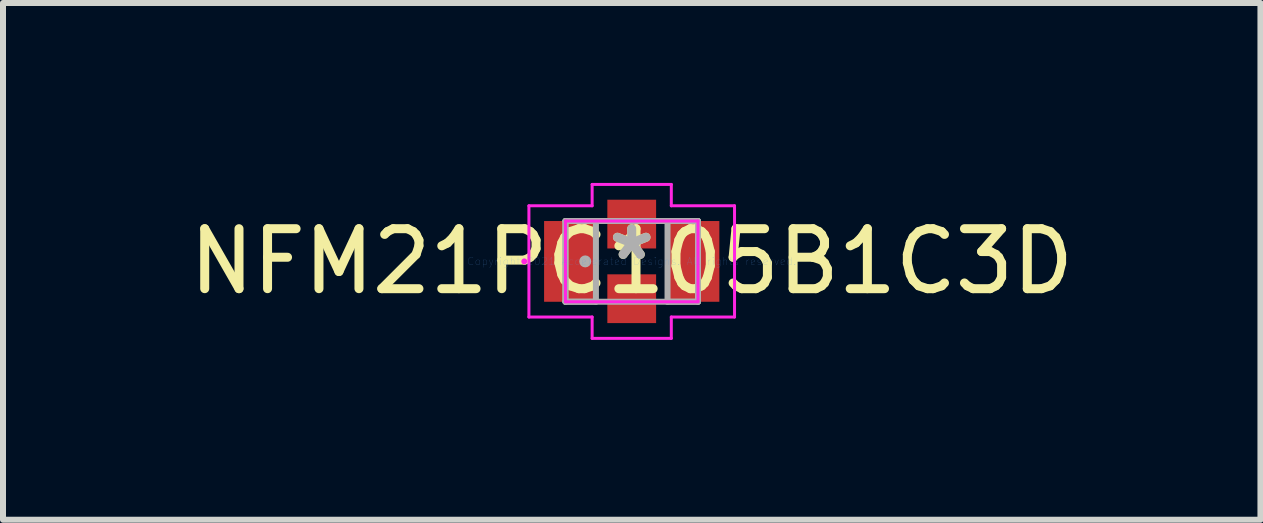
<source format=kicad_pcb>
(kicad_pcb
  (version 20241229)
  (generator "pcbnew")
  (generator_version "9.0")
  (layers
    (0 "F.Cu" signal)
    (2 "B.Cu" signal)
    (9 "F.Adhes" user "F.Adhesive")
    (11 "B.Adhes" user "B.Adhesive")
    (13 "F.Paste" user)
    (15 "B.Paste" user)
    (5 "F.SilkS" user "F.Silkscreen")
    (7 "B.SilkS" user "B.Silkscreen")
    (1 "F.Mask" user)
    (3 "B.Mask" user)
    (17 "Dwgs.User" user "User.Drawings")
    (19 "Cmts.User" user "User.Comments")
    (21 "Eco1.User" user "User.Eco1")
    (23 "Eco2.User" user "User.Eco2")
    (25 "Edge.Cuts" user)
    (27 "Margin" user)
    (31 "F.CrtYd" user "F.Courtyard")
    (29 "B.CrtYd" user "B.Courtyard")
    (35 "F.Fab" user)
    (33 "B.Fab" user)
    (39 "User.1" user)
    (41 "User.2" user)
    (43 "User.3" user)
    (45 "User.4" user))
  (footprint "NFM21PC105B1C3D"
    (layer "F.Cu")
    (at 7.482 1.308)
    (property "Reference" "NFM21PC105B1C3D" (at 0 0 0) (layer "F.SilkS") (effects (font (size 1 1) (thickness 0.15))))
    (attr through_hole)
    (fp_line (start -1.714 -0.927) (end -0.66 -0.927) (stroke (width 0.05) (type solid)) (layer "F.CrtYd"))
    (fp_line (start -1.714 0.927) (end -1.714 -0.927) (stroke (width 0.05) (type solid)) (layer "F.CrtYd"))
    (fp_line (start -1.105 -0.673) (end 1.105 -0.673) (stroke (width 0.05) (type solid)) (layer "F.CrtYd"))
    (fp_line (start -1.105 0.673) (end -1.105 -0.673) (stroke (width 0.05) (type solid)) (layer "F.CrtYd"))
    (fp_line (start -0.66 -1.283) (end 0.66 -1.283) (stroke (width 0.05) (type solid)) (layer "F.CrtYd"))
    (fp_line (start -0.66 -0.927) (end -0.66 -1.283) (stroke (width 0.05) (type solid)) (layer "F.CrtYd"))
    (fp_line (start -0.66 0.927) (end -1.714 0.927) (stroke (width 0.05) (type solid)) (layer "F.CrtYd"))
    (fp_line (start -0.66 1.283) (end -0.66 0.927) (stroke (width 0.05) (type solid)) (layer "F.CrtYd"))
    (fp_line (start 0.66 -1.283) (end 0.66 -0.927) (stroke (width 0.05) (type solid)) (layer "F.CrtYd"))
    (fp_line (start 0.66 -0.927) (end 1.714 -0.927) (stroke (width 0.05) (type solid)) (layer "F.CrtYd"))
    (fp_line (start 0.66 0.927) (end 0.66 1.283) (stroke (width 0.05) (type solid)) (layer "F.CrtYd"))
    (fp_line (start 0.66 1.283) (end -0.66 1.283) (stroke (width 0.05) (type solid)) (layer "F.CrtYd"))
    (fp_line (start 1.105 -0.673) (end 1.105 0.673) (stroke (width 0.05) (type solid)) (layer "F.CrtYd"))
    (fp_line (start 1.105 0.673) (end -1.105 0.673) (stroke (width 0.05) (type solid)) (layer "F.CrtYd"))
    (fp_line (start 1.714 -0.927) (end 1.714 0.927) (stroke (width 0.05) (type solid)) (layer "F.CrtYd"))
    (fp_line (start 1.714 0.927) (end 0.66 0.927) (stroke (width 0.05) (type solid)) (layer "F.CrtYd"))
    (fp_circle (center -1.791 0) (end -1.791 0) (stroke (width 0.05) (type solid)) (fill no) (layer "F.CrtYd"))
    (fp_line (start -1.105 -0.673) (end -1.105 0.673) (stroke (width 0.1) (type solid)) (layer "F.Fab"))
    (fp_line (start -1.105 -0.673) (end -1.105 0.673) (stroke (width 0.1) (type solid)) (layer "F.Fab"))
    (fp_line (start -1.105 0.673) (end -0.597 0.673) (stroke (width 0.1) (type solid)) (layer "F.Fab"))
    (fp_line (start -1.105 0.673) (end 1.105 0.673) (stroke (width 0.1) (type solid)) (layer "F.Fab"))
    (fp_line (start -0.597 -0.673) (end -1.105 -0.673) (stroke (width 0.1) (type solid)) (layer "F.Fab"))
    (fp_line (start -0.597 0.673) (end -0.597 -0.673) (stroke (width 0.1) (type solid)) (layer "F.Fab"))
    (fp_line (start 0.597 -0.673) (end 0.597 0.673) (stroke (width 0.1) (type solid)) (layer "F.Fab"))
    (fp_line (start 0.597 0.673) (end 1.105 0.673) (stroke (width 0.1) (type solid)) (layer "F.Fab"))
    (fp_line (start 1.105 -0.673) (end -1.105 -0.673) (stroke (width 0.1) (type solid)) (layer "F.Fab"))
    (fp_line (start 1.105 -0.673) (end 0.597 -0.673) (stroke (width 0.1) (type solid)) (layer "F.Fab"))
    (fp_line (start 1.105 0.673) (end 1.105 -0.673) (stroke (width 0.1) (type solid)) (layer "F.Fab"))
    (fp_line (start 1.105 0.673) (end 1.105 -0.673) (stroke (width 0.1) (type solid)) (layer "F.Fab"))
    (fp_circle (center -0.775 0) (end -0.775 0) (stroke (width 0.1) (type solid)) (fill no) (layer "F.Fab"))
    (fp_text user "*" (at 0 0 0) (layer "F.SilkS") (effects (font (size 1 1) (thickness 0.15))))
    (fp_text user "Copyright 2021 Accelerated Designs. All rights reserved." (at 0 0 0) (layer "Cmts.User") (effects (font (size 0.127 0.127) (thickness 0.002))))
    (fp_text user "*" (at 0 0 0) (layer "F.Fab") (effects (font (size 1 1) (thickness 0.15))))
    (pad "1" smd rect (at -1.029 0) (size 0.864 1.346) (layers "F.Cu" "F.Mask" "F.Paste"))
    (pad "2" smd rect (at 0 0.622) (size 0.813 0.813) (layers "F.Cu" "F.Mask" "F.Paste"))
    (pad "3" smd rect (at 1.029 0) (size 0.864 1.346) (layers "F.Cu" "F.Mask" "F.Paste"))
    (pad "4" smd rect (at 0 -0.622) (size 0.813 0.813) (layers "F.Cu" "F.Mask" "F.Paste")))
  (gr_rect
    (start -3 -3)
    (end 17.964 5.615)
    (stroke (width 0.1) (type default))
    (fill no)
    (layer "Edge.Cuts")))
</source>
